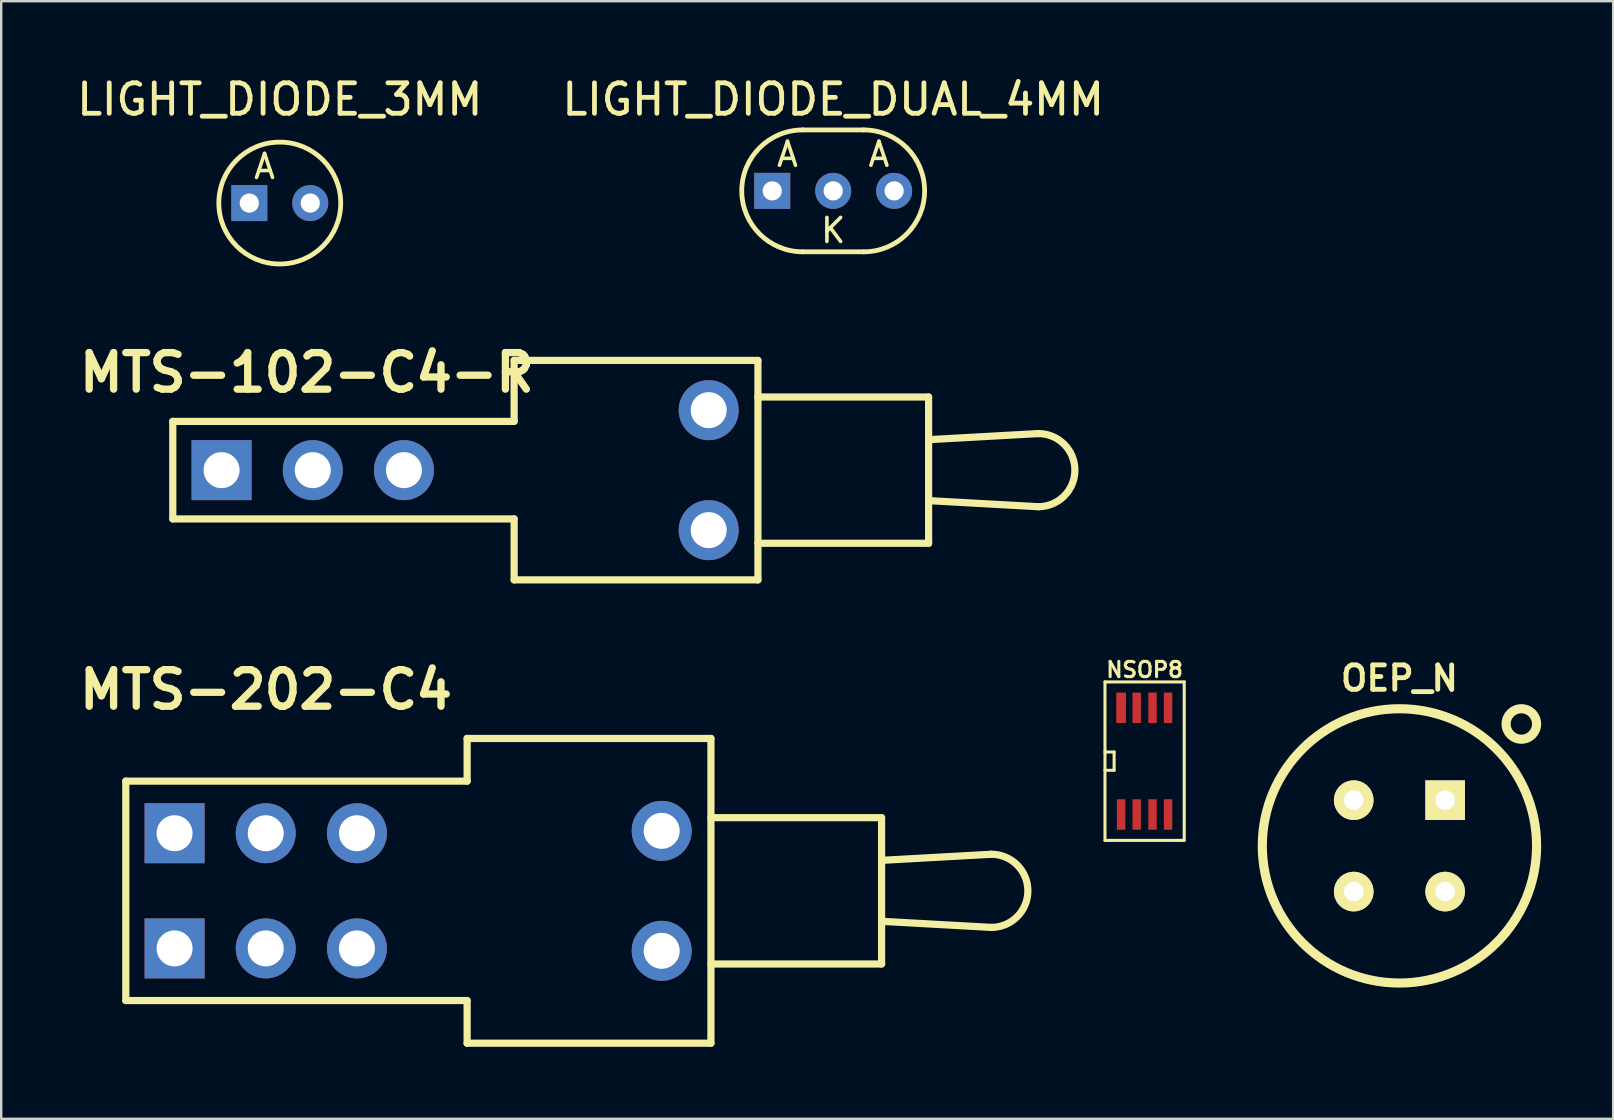
<source format=kicad_pcb>
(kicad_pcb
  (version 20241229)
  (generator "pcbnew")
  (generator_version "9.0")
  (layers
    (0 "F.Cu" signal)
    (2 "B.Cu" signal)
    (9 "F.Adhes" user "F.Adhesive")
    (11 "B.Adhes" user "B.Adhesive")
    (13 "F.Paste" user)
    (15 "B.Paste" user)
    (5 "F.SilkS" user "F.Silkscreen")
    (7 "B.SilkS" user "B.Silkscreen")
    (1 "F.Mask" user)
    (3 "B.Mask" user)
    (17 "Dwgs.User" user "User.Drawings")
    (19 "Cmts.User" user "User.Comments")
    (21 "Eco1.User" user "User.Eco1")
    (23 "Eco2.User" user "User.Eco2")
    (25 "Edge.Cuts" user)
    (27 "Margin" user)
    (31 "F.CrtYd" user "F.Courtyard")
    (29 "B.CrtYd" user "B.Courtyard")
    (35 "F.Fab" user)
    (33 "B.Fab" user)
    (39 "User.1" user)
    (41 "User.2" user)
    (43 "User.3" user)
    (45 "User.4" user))
  (footprint "NSOP8"
    (layer "F.Cu")
    (at 44.648 28.669)
    (property "Reference" "NSOP8" (at 0 -3.81 0) (layer "F.SilkS") (effects (font (size 0.635 0.635) (thickness 0.127))))
    (attr smd)
    (fp_line (start -1.651 -3.302) (end 1.651 -3.302) (stroke (width 0.127) (type solid)) (layer "F.SilkS"))
    (fp_line (start -1.651 -0.381) (end -1.27 -0.381) (stroke (width 0.127) (type solid)) (layer "F.SilkS"))
    (fp_line (start -1.651 3.302) (end -1.651 -3.302) (stroke (width 0.127) (type solid)) (layer "F.SilkS"))
    (fp_line (start -1.651 3.302) (end 1.651 3.302) (stroke (width 0.127) (type solid)) (layer "F.SilkS"))
    (fp_line (start -1.27 -0.381) (end -1.27 0.381) (stroke (width 0.127) (type solid)) (layer "F.SilkS"))
    (fp_line (start -1.27 0.381) (end -1.651 0.381) (stroke (width 0.127) (type solid)) (layer "F.SilkS"))
    (fp_line (start 1.651 -3.302) (end 1.651 3.302) (stroke (width 0.127) (type solid)) (layer "F.SilkS"))
    (pad "1" smd rect (at -0.978 2.223) (size 0.351 1.27) (layers "F.Cu" "F.Mask" "F.Paste"))
    (pad "2" smd rect (at -0.33 2.223) (size 0.351 1.27) (layers "F.Cu" "F.Mask" "F.Paste"))
    (pad "3" smd rect (at 0.33 2.223) (size 0.351 1.27) (layers "F.Cu" "F.Mask" "F.Paste"))
    (pad "4" smd rect (at 0.978 2.223) (size 0.351 1.27) (layers "F.Cu" "F.Mask" "F.Paste"))
    (pad "5" smd rect (at 0.978 -2.223) (size 0.351 1.27) (layers "F.Cu" "F.Mask" "F.Paste"))
    (pad "6" smd rect (at 0.33 -2.223) (size 0.351 1.27) (layers "F.Cu" "F.Mask" "F.Paste"))
    (pad "7" smd rect (at -0.33 -2.223) (size 0.351 1.27) (layers "F.Cu" "F.Mask" "F.Paste"))
    (pad "8" smd rect (at -0.978 -2.223) (size 0.406 1.27) (layers "F.Cu" "F.Mask" "F.Paste")))
  (footprint "MTS-102-C4-R"
    (layer "F.Cu")
    (at 6.183 16.542)
    (property "Reference" "MTS-102-C4-R" (at 3.556 -4.064 0) (layer "F.SilkS") (effects (font (size 1.524 1.524) (thickness 0.305))))
    (attr through_hole)
    (fp_line (start -2.032 -2.032) (end 12.192 -2.032) (stroke (width 0.3) (type solid)) (layer "F.SilkS"))
    (fp_line (start -2.032 2.032) (end -2.032 -2.032) (stroke (width 0.3) (type solid)) (layer "F.SilkS"))
    (fp_line (start 12.192 -2.032) (end 12.192 -4.572) (stroke (width 0.3) (type solid)) (layer "F.SilkS"))
    (fp_line (start 12.192 2.032) (end -2.032 2.032) (stroke (width 0.3) (type solid)) (layer "F.SilkS"))
    (fp_line (start 12.192 4.572) (end 12.192 2.032) (stroke (width 0.3) (type solid)) (layer "F.SilkS"))
    (fp_line (start 12.192 4.572) (end 22.352 4.572) (stroke (width 0.3) (type solid)) (layer "F.SilkS"))
    (fp_line (start 22.352 -4.572) (end 12.192 -4.572) (stroke (width 0.3) (type solid)) (layer "F.SilkS"))
    (fp_line (start 22.352 -4.572) (end 22.352 4.572) (stroke (width 0.3) (type solid)) (layer "F.SilkS"))
    (fp_line (start 22.352 -3.048) (end 29.464 -3.048) (stroke (width 0.3) (type solid)) (layer "F.SilkS"))
    (fp_line (start 22.352 3.048) (end 29.464 3.048) (stroke (width 0.3) (type solid)) (layer "F.SilkS"))
    (fp_line (start 29.464 -1.27) (end 34.036 -1.524) (stroke (width 0.3) (type solid)) (layer "F.SilkS"))
    (fp_line (start 29.464 1.27) (end 34.036 1.524) (stroke (width 0.3) (type solid)) (layer "F.SilkS"))
    (fp_line (start 29.464 3.048) (end 29.464 -3.048) (stroke (width 0.3) (type solid)) (layer "F.SilkS"))
    (fp_arc (start 34.036 -1.524) (mid 35.56 0) (end 34.036 1.524) (stroke (width 0.3) (type solid)) (layer "F.SilkS"))
    (pad "" thru_hole circle (at 20.3 -2.5) (size 2.5 2.5) (drill 1.5) (layers "*.Cu" "*.Mask"))
    (pad "" thru_hole circle (at 20.3 2.5) (size 2.5 2.5) (drill 1.5) (layers "*.Cu" "*.Mask"))
    (pad "1" thru_hole rect (at 0 0) (size 2.5 2.5) (drill 1.5) (layers "*.Cu" "*.Mask"))
    (pad "2" thru_hole circle (at 3.8 0) (size 2.5 2.5) (drill 1.5) (layers "*.Cu" "*.Mask"))
    (pad "3" thru_hole circle (at 7.6 0) (size 2.5 2.5) (drill 1.5) (layers "*.Cu" "*.Mask")))
  (footprint "LIGHT_DIODE_3MM"
    (layer "F.Cu")
    (at 8.609 5.412)
    (property "Reference" "LIGHT_DIODE_3MM" (at 0 -4.318 0) (layer "F.SilkS") (effects (font (size 1.27 1.27) (thickness 0.2))))
    (attr through_hole)
    (fp_circle (center 0 0) (end 2.54 0) (stroke (width 0.2) (type solid)) (fill no) (layer "F.SilkS"))
    (fp_text user "A" (at -0.635 -1.524 0) (layer "F.SilkS") (effects (font (size 1 1) (thickness 0.15))))
    (pad "1" thru_hole rect (at -1.27 0) (size 1.5 1.5) (drill 0.8) (layers "*.Cu" "*.Mask"))
    (pad "2" thru_hole circle (at 1.27 0) (size 1.5 1.5) (drill 0.8) (layers "*.Cu" "*.Mask")))
  (footprint "LIGHT_DIODE_DUAL_4MM"
    (layer "F.Cu")
    (at 31.671 4.904)
    (property "Reference" "LIGHT_DIODE_DUAL_4MM" (at 0 -3.81 0) (layer "F.SilkS") (effects (font (size 1.27 1.27) (thickness 0.2))))
    (attr through_hole)
    (fp_line (start -1.27 -2.54) (end 1.27 -2.54) (stroke (width 0.2) (type solid)) (layer "F.SilkS"))
    (fp_line (start -1.27 2.54) (end 1.27 2.54) (stroke (width 0.2) (type solid)) (layer "F.SilkS"))
    (fp_arc (start -1.27 2.54) (mid -3.81 0) (end -1.27 -2.54) (stroke (width 0.2) (type solid)) (layer "F.SilkS"))
    (fp_arc (start 1.27 -2.54) (mid 3.81 0) (end 1.27 2.54) (stroke (width 0.2) (type solid)) (layer "F.SilkS"))
    (fp_text user "K" (at 0 1.651 0) (layer "F.SilkS") (effects (font (size 1 1) (thickness 0.15))))
    (fp_text user "A" (at 1.905 -1.524 0) (layer "F.SilkS") (effects (font (size 1 1) (thickness 0.15))))
    (fp_text user "A" (at -1.905 -1.524 0) (layer "F.SilkS") (effects (font (size 1 1) (thickness 0.15))))
    (pad "1" thru_hole rect (at -2.54 0) (size 1.5 1.5) (drill 0.8) (layers "*.Cu" "*.Mask"))
    (pad "2" thru_hole circle (at 0 0) (size 1.5 1.5) (drill 0.8) (layers "*.Cu" "*.Mask"))
    (pad "3" thru_hole circle (at 2.54 0) (size 1.5 1.5) (drill 0.8) (layers "*.Cu" "*.Mask")))
  (footprint "OEP_N"
    (layer "F.Cu")
    (at 53.363 30.295)
    (property "Reference" "OEP_N" (at 1.905 -5.08 0) (layer "F.SilkS") (effects (font (size 1.016 1.016) (thickness 0.203))))
    (attr through_hole)
    (fp_circle (center 1.905 1.905) (end 1.905 7.62) (stroke (width 0.381) (type solid)) (fill no) (layer "F.SilkS"))
    (fp_circle (center 6.985 -3.175) (end 7.62 -3.175) (stroke (width 0.381) (type solid)) (fill no) (layer "F.SilkS"))
    (pad "1" thru_hole rect (at 3.81 0) (size 1.651 1.651) (drill 0.813) (layers "*.Cu" "*.Mask" "F.SilkS"))
    (pad "2" thru_hole circle (at 0 0) (size 1.651 1.651) (drill 0.813) (layers "*.Cu" "*.Mask" "F.SilkS"))
    (pad "3" thru_hole circle (at 0 3.81) (size 1.651 1.651) (drill 0.813) (layers "*.Cu" "*.Mask" "F.SilkS"))
    (pad "4" thru_hole circle (at 3.81 3.81) (size 1.651 1.651) (drill 0.813) (layers "*.Cu" "*.Mask" "F.SilkS")))
  (footprint "MTS-202-C4"
    (layer "F.Cu")
    (at 4.224 34.073)
    (property "Reference" "MTS-202-C4" (at 3.81 -8.382 0) (layer "F.SilkS") (effects (font (size 1.524 1.524) (thickness 0.305))))
    (attr through_hole)
    (fp_line (start -2.032 -4.572) (end 12.192 -4.572) (stroke (width 0.3) (type solid)) (layer "F.SilkS"))
    (fp_line (start -2.032 4.572) (end -2.032 -4.572) (stroke (width 0.3) (type solid)) (layer "F.SilkS"))
    (fp_line (start -2.032 4.572) (end 12.192 4.572) (stroke (width 0.3) (type solid)) (layer "F.SilkS"))
    (fp_line (start 12.192 -6.35) (end 22.352 -6.35) (stroke (width 0.3) (type solid)) (layer "F.SilkS"))
    (fp_line (start 12.192 -4.572) (end 12.192 -6.35) (stroke (width 0.3) (type solid)) (layer "F.SilkS"))
    (fp_line (start 12.192 4.572) (end 12.192 6.35) (stroke (width 0.3) (type solid)) (layer "F.SilkS"))
    (fp_line (start 12.192 6.35) (end 22.352 6.35) (stroke (width 0.3) (type solid)) (layer "F.SilkS"))
    (fp_line (start 22.352 -6.35) (end 22.352 6.35) (stroke (width 0.3) (type solid)) (layer "F.SilkS"))
    (fp_line (start 22.352 -3.048) (end 29.464 -3.048) (stroke (width 0.3) (type solid)) (layer "F.SilkS"))
    (fp_line (start 22.352 3.048) (end 29.464 3.048) (stroke (width 0.3) (type solid)) (layer "F.SilkS"))
    (fp_line (start 29.464 -1.27) (end 34.036 -1.524) (stroke (width 0.3) (type solid)) (layer "F.SilkS"))
    (fp_line (start 29.464 1.27) (end 34.036 1.524) (stroke (width 0.3) (type solid)) (layer "F.SilkS"))
    (fp_line (start 29.464 3.048) (end 29.464 -3.048) (stroke (width 0.3) (type solid)) (layer "F.SilkS"))
    (fp_arc (start 34.036 -1.524) (mid 35.56 0) (end 34.036 1.524) (stroke (width 0.3) (type solid)) (layer "F.SilkS"))
    (pad "" thru_hole circle (at 20.3 -2.5) (size 2.5 2.5) (drill 1.5) (layers "*.Cu" "*.Mask"))
    (pad "" thru_hole circle (at 20.3 2.5) (size 2.5 2.5) (drill 1.5) (layers "*.Cu" "*.Mask"))
    (pad "1" thru_hole rect (at 0 2.4) (size 2.5 2.5) (drill 1.5) (layers "*.Cu" "*.Mask"))
    (pad "2" thru_hole circle (at 3.8 2.4) (size 2.5 2.5) (drill 1.5) (layers "*.Cu" "*.Mask"))
    (pad "3" thru_hole circle (at 7.6 2.4) (size 2.5 2.5) (drill 1.5) (layers "*.Cu" "*.Mask"))
    (pad "4" thru_hole rect (at 0 -2.4) (size 2.5 2.5) (drill 1.5) (layers "*.Cu" "*.Mask"))
    (pad "5" thru_hole circle (at 3.8 -2.4) (size 2.5 2.5) (drill 1.5) (layers "*.Cu" "*.Mask"))
    (pad "6" thru_hole circle (at 7.6 -2.4) (size 2.5 2.5) (drill 1.5) (layers "*.Cu" "*.Mask")))
  (gr_rect
    (start -3 -3)
    (end 64.174 43.573)
    (stroke (width 0.1) (type default))
    (fill no)
    (layer "Edge.Cuts")))
</source>
